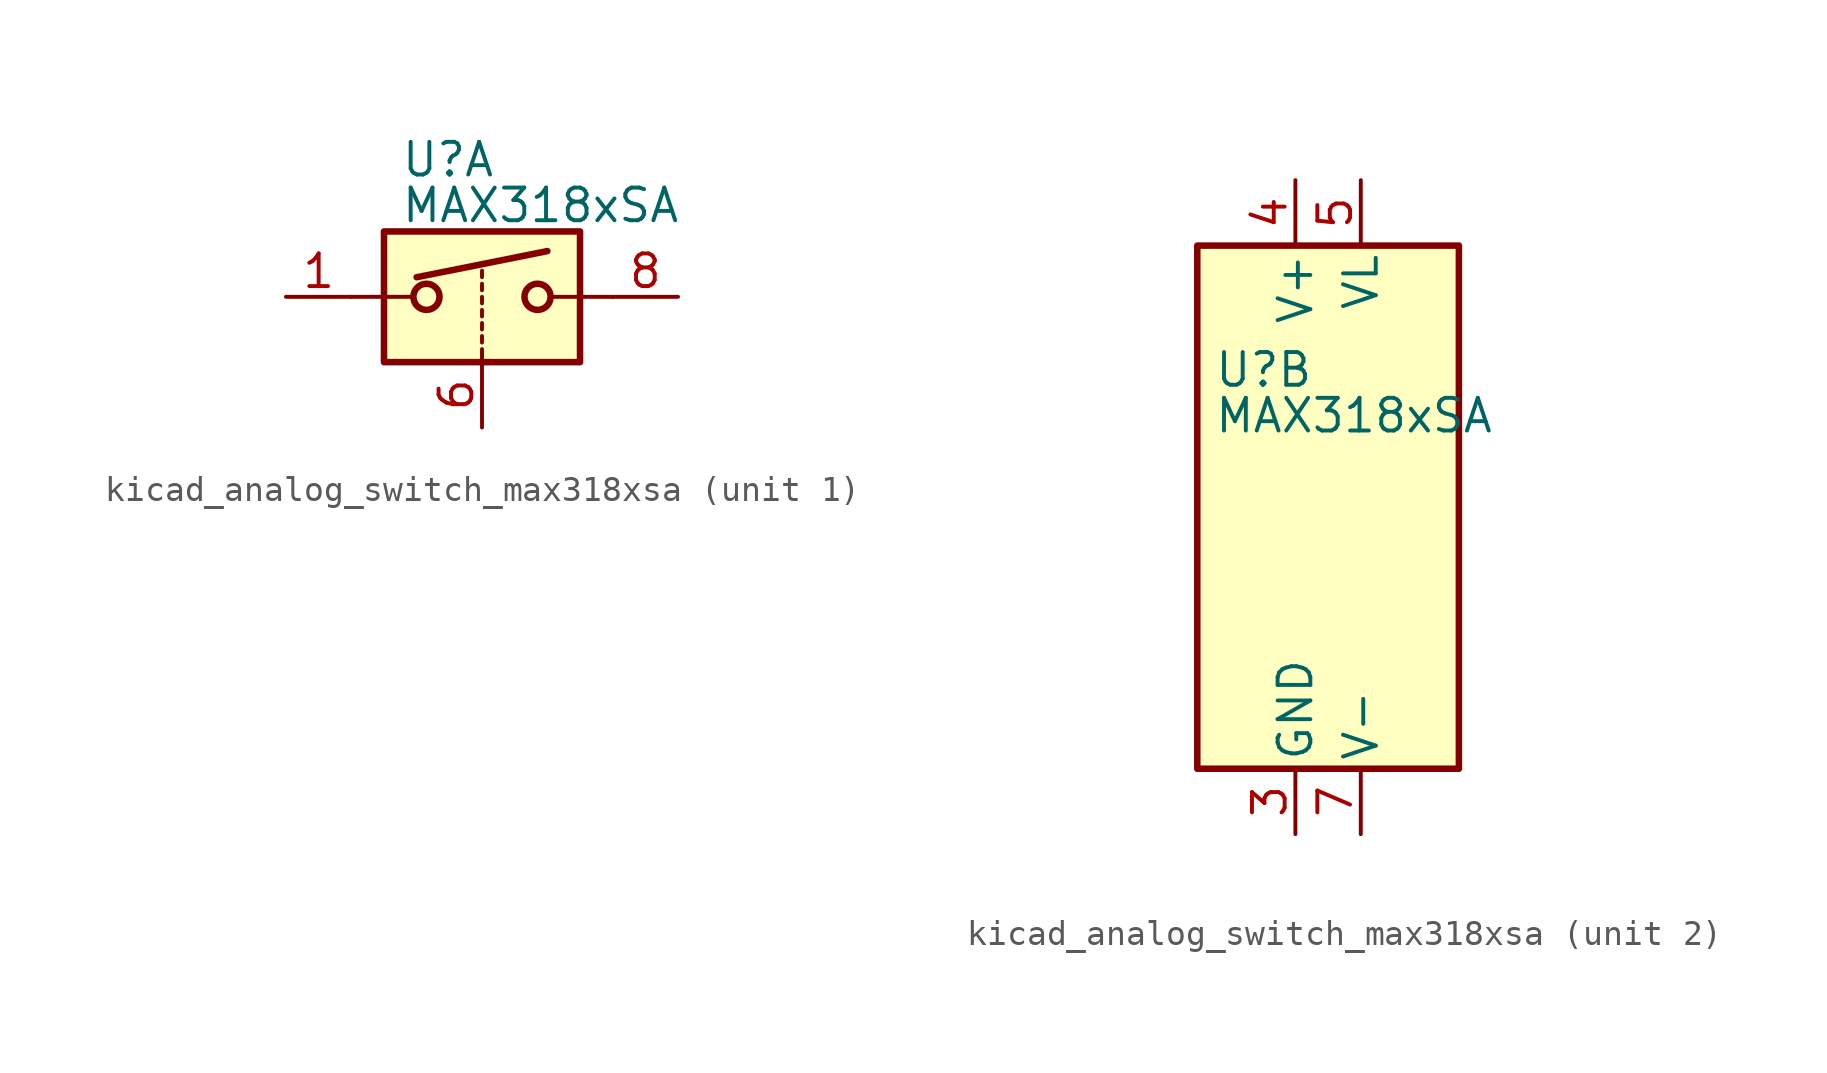
<source format=kicad_sym>
(kicad_symbol_lib
  (version 20220914)
  (generator kicad_symbol_editor)
  (symbol "kicad_analog_switch_max318xsa"
    (pin_names
      (offset 0.254))
    (property "Reference" "U"
      (at -3.175 5.334 0)
      (effects (font (size 1.27 1.27)) (justify left)))
    (property "Value" "MAX318xSA"
      (at -3.175 3.556 0)
      (effects (font (size 1.27 1.27)) (justify left)))
    (symbol "kicad_analog_switch_max318xsa_1_1"
      (rectangle (start -3.81 2.54) (end 3.81 -2.54) (stroke (width 0.254) (type default)) (fill (type background)))
      (circle (center -2.159 0) (radius 0.508) (stroke (width 0.254) (type default)) (fill (type none)))
      (polyline (pts (xy -5.08 0) (xy -2.794 0)) (stroke (width 0) (type default)) (fill (type none)))
      (polyline (pts (xy -2.54 0.762) (xy 2.54 1.778)) (stroke (width 0.254) (type default)) (fill (type none)))
      (polyline (pts (xy 0 -2.54) (xy 0 -2.032)) (stroke (width 0) (type default)) (fill (type none)))
      (polyline (pts (xy 0 -1.778) (xy 0 -1.524)) (stroke (width 0) (type default)) (fill (type none)))
      (polyline (pts (xy 0 -1.27) (xy 0 -1.016)) (stroke (width 0) (type default)) (fill (type none)))
      (polyline (pts (xy 0 -0.762) (xy 0 -0.508)) (stroke (width 0) (type default)) (fill (type none)))
      (polyline (pts (xy 0 -0.254) (xy 0 0)) (stroke (width 0) (type default)) (fill (type none)))
      (polyline (pts (xy 0 0.254) (xy 0 0.508)) (stroke (width 0) (type default)) (fill (type none)))
      (polyline (pts (xy 0 0.762) (xy 0 1.016)) (stroke (width 0) (type default)) (fill (type none)))
      (polyline (pts (xy 5.08 0) (xy 2.794 0)) (stroke (width 0) (type default)) (fill (type none)))
      (circle (center 2.159 0) (radius 0.508) (stroke (width 0.254) (type default)) (fill (type none)))
      (pin passive line (at -7.62 0 0) (length 2.54) (name "~" (effects (font (size 1.27 1.27)))) (number "1" (effects (font (size 1.27 1.27)))))
      (pin input line (at 0 -5.08 90) (length 2.54) (name "~" (effects (font (size 1.27 1.27)))) (number "6" (effects (font (size 1.27 1.27)))))
      (pin passive line (at 7.62 0 180) (length 2.54) (name "~" (effects (font (size 1.27 1.27)))) (number "8" (effects (font (size 1.27 1.27))))))
    (symbol "kicad_analog_switch_max318xsa_2_0"
      (pin no_connect line (at -2.54 10.16 270) (length 2.54) hide (name "NC" (effects (font (size 1.27 1.27)))) (number "2" (effects (font (size 1.27 1.27)))))
      (pin power_in line (at 0 -12.7 90) (length 2.54) (name "GND" (effects (font (size 1.27 1.27)))) (number "3" (effects (font (size 1.27 1.27)))))
      (pin power_in line (at 0 12.7 270) (length 2.54) (name "V+" (effects (font (size 1.27 1.27)))) (number "4" (effects (font (size 1.27 1.27)))))
      (pin power_in line (at 2.54 12.7 270) (length 2.54) (name "VL" (effects (font (size 1.27 1.27)))) (number "5" (effects (font (size 1.27 1.27)))))
      (pin power_in line (at 2.54 -12.7 90) (length 2.54) (name "V-" (effects (font (size 1.27 1.27)))) (number "7" (effects (font (size 1.27 1.27))))))
    (symbol "kicad_analog_switch_max318xsa_2_1"
      (rectangle (start -3.81 10.16) (end 6.35 -10.16) (stroke (width 0.254) (type default)) (fill (type background))))))
</source>
